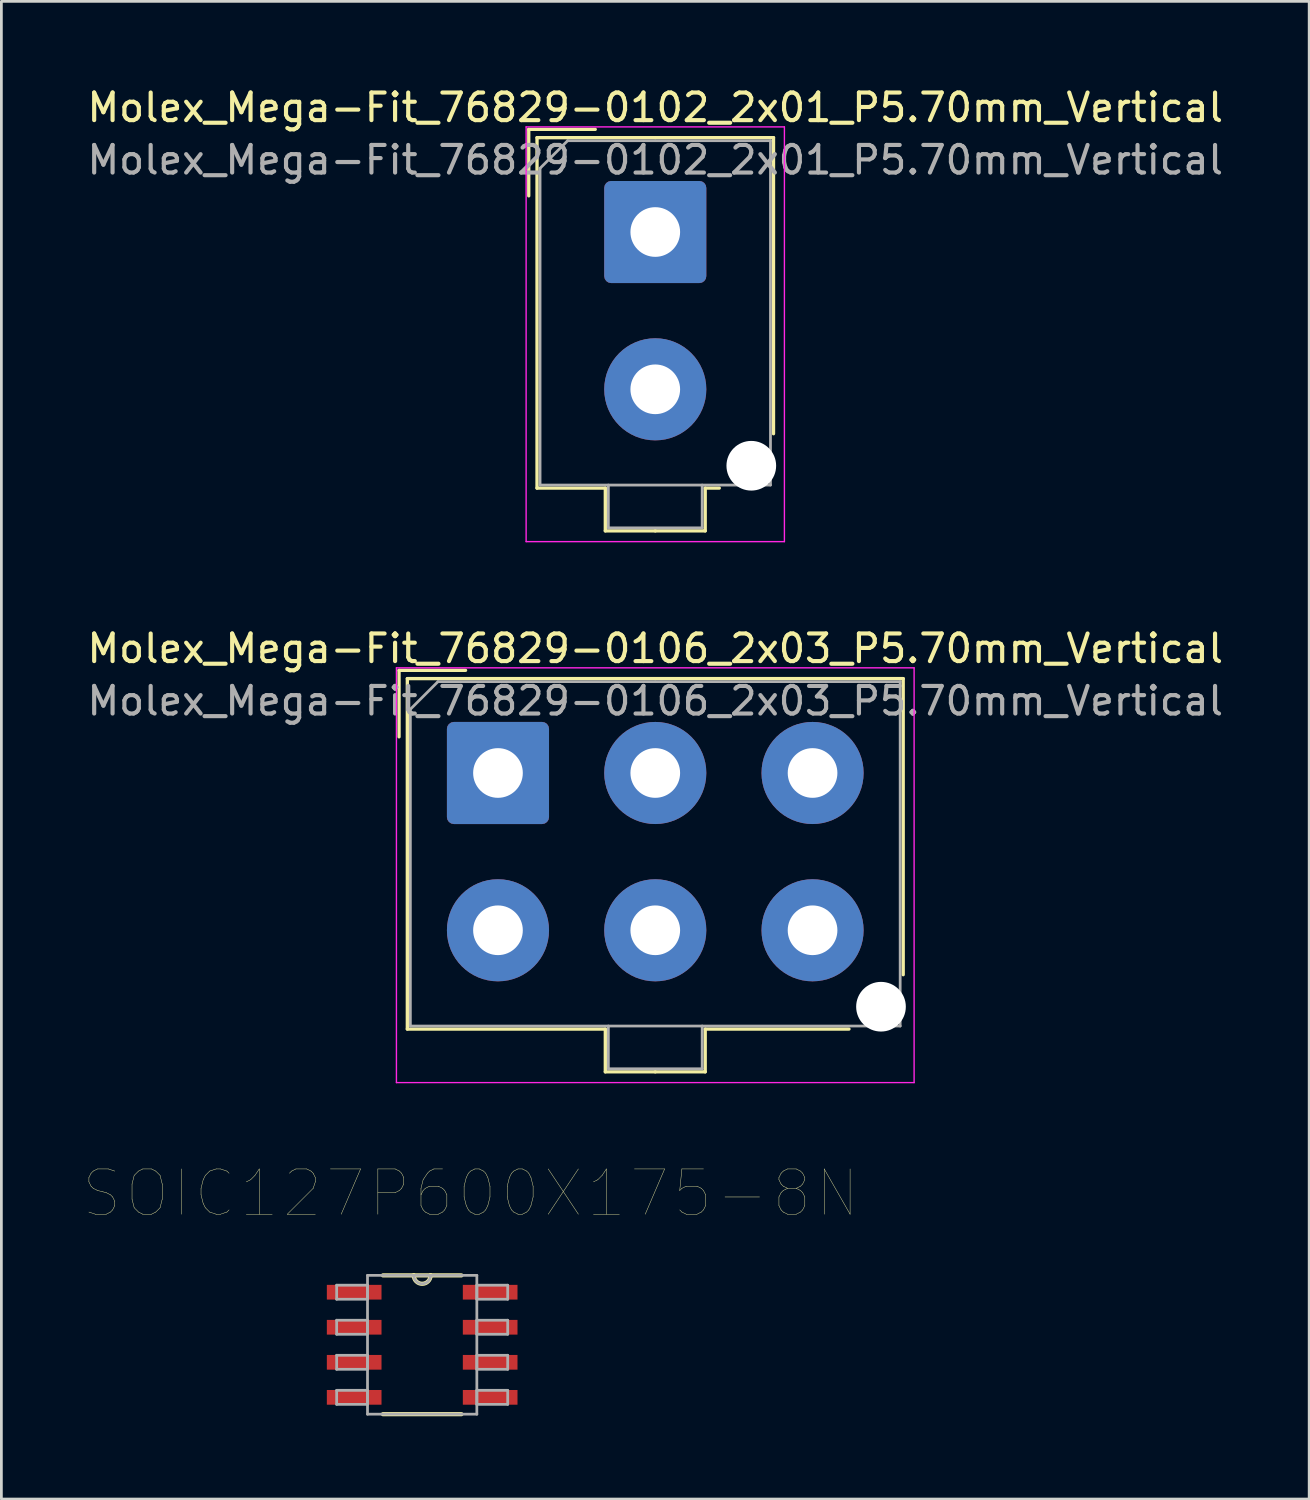
<source format=kicad_pcb>
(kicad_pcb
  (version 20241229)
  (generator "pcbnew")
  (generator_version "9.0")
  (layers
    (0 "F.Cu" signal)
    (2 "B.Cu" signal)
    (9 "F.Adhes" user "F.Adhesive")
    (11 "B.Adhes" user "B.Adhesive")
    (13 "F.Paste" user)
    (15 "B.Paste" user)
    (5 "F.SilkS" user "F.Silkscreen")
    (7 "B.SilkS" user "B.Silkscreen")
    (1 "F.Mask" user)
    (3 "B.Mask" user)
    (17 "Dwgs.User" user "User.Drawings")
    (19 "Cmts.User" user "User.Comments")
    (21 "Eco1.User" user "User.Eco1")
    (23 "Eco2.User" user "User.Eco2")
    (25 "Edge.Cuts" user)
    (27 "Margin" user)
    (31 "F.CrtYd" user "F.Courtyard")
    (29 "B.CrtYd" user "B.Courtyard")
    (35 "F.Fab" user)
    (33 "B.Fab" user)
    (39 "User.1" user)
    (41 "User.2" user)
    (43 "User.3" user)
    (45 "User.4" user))
  (footprint "Molex_Mega-Fit_76829-0106_2x03_P5.70mm_Vertical"
    (layer "F.Cu")
    (at 14.996 24.962)
    (property "Reference" "Molex_Mega-Fit_76829-0106_2x03_P5.70mm_Vertical" (at 5.7 -4.51 0) (layer "F.SilkS") (effects (font (size 1 1) (thickness 0.15))))
    (attr through_hole)
    (fp_line (start -3.585 -3.72) (end -1.175 -3.72) (stroke (width 0.12) (type solid)) (layer "F.SilkS"))
    (fp_line (start -3.585 -1.31) (end -3.585 -3.72) (stroke (width 0.12) (type solid)) (layer "F.SilkS"))
    (fp_line (start -3.285 -3.42) (end -3.285 9.28) (stroke (width 0.12) (type solid)) (layer "F.SilkS"))
    (fp_line (start -3.285 9.28) (end 3.89 9.28) (stroke (width 0.12) (type solid)) (layer "F.SilkS"))
    (fp_line (start 3.89 9.28) (end 3.89 10.83) (stroke (width 0.12) (type solid)) (layer "F.SilkS"))
    (fp_line (start 3.89 10.83) (end 5.7 10.83) (stroke (width 0.12) (type solid)) (layer "F.SilkS"))
    (fp_line (start 5.7 -3.42) (end -3.285 -3.42) (stroke (width 0.12) (type solid)) (layer "F.SilkS"))
    (fp_line (start 5.7 -3.42) (end 14.685 -3.42) (stroke (width 0.12) (type solid)) (layer "F.SilkS"))
    (fp_line (start 7.51 9.28) (end 7.51 10.83) (stroke (width 0.12) (type solid)) (layer "F.SilkS"))
    (fp_line (start 7.51 10.83) (end 5.7 10.83) (stroke (width 0.12) (type solid)) (layer "F.SilkS"))
    (fp_line (start 12.72 9.28) (end 7.51 9.28) (stroke (width 0.12) (type solid)) (layer "F.SilkS"))
    (fp_line (start 14.685 -3.42) (end 14.685 7.31) (stroke (width 0.12) (type solid)) (layer "F.SilkS"))
    (fp_line (start -3.68 -3.81) (end -3.68 11.22) (stroke (width 0.05) (type solid)) (layer "F.CrtYd"))
    (fp_line (start -3.68 11.22) (end 15.08 11.22) (stroke (width 0.05) (type solid)) (layer "F.CrtYd"))
    (fp_line (start 15.08 -3.81) (end -3.68 -3.81) (stroke (width 0.05) (type solid)) (layer "F.CrtYd"))
    (fp_line (start 15.08 11.22) (end 15.08 -3.81) (stroke (width 0.05) (type solid)) (layer "F.CrtYd"))
    (fp_line (start -3.175 -2.31) (end -3.175 9.17) (stroke (width 0.1) (type solid)) (layer "F.Fab"))
    (fp_line (start -3.175 9.17) (end 14.575 9.17) (stroke (width 0.1) (type solid)) (layer "F.Fab"))
    (fp_line (start -2.175 -3.31) (end -3.175 -2.31) (stroke (width 0.1) (type solid)) (layer "F.Fab"))
    (fp_line (start 4 9.17) (end 4 10.72) (stroke (width 0.1) (type solid)) (layer "F.Fab"))
    (fp_line (start 4 10.72) (end 7.4 10.72) (stroke (width 0.1) (type solid)) (layer "F.Fab"))
    (fp_line (start 7.4 10.72) (end 7.4 9.17) (stroke (width 0.1) (type solid)) (layer "F.Fab"))
    (fp_line (start 14.575 -3.31) (end -2.175 -3.31) (stroke (width 0.1) (type solid)) (layer "F.Fab"))
    (fp_line (start 14.575 9.17) (end 14.575 -3.31) (stroke (width 0.1) (type solid)) (layer "F.Fab"))
    (fp_text user "${REFERENCE}" (at 5.7 -2.61 0) (layer "F.Fab") (effects (font (size 1 1) (thickness 0.15))))
    (pad "" np_thru_hole circle (at 13.88 8.47) (size 1.8 1.8) (drill 1.8) (layers "*.Cu" "*.Mask"))
    (pad "1" thru_hole roundrect (at 0 0) (size 3.7 3.7) (drill 1.8) (layers "*.Cu" "*.Mask") (roundrect_rratio 0.068))
    (pad "2" thru_hole circle (at 5.7 0) (size 3.7 3.7) (drill 1.8) (layers "*.Cu" "*.Mask"))
    (pad "3" thru_hole circle (at 11.4 0) (size 3.7 3.7) (drill 1.8) (layers "*.Cu" "*.Mask"))
    (pad "4" thru_hole circle (at 0 5.7) (size 3.7 3.7) (drill 1.8) (layers "*.Cu" "*.Mask"))
    (pad "5" thru_hole circle (at 5.7 5.7) (size 3.7 3.7) (drill 1.8) (layers "*.Cu" "*.Mask"))
    (pad "6" thru_hole circle (at 11.4 5.7) (size 3.7 3.7) (drill 1.8) (layers "*.Cu" "*.Mask")))
  (footprint "Molex_Mega-Fit_76829-0102_2x01_P5.70mm_Vertical"
    (layer "F.Cu")
    (at 20.696 5.358)
    (property "Reference" "Molex_Mega-Fit_76829-0102_2x01_P5.70mm_Vertical" (at 0 -4.51 0) (layer "F.SilkS") (effects (font (size 1 1) (thickness 0.15))))
    (attr through_hole)
    (fp_line (start -4.585 -3.72) (end -2.175 -3.72) (stroke (width 0.12) (type solid)) (layer "F.SilkS"))
    (fp_line (start -4.585 -1.31) (end -4.585 -3.72) (stroke (width 0.12) (type solid)) (layer "F.SilkS"))
    (fp_line (start -4.285 -3.42) (end -4.285 9.28) (stroke (width 0.12) (type solid)) (layer "F.SilkS"))
    (fp_line (start -4.285 9.28) (end -1.81 9.28) (stroke (width 0.12) (type solid)) (layer "F.SilkS"))
    (fp_line (start -1.81 9.28) (end -1.81 10.83) (stroke (width 0.12) (type solid)) (layer "F.SilkS"))
    (fp_line (start -1.81 10.83) (end 0 10.83) (stroke (width 0.12) (type solid)) (layer "F.SilkS"))
    (fp_line (start 0 -3.42) (end -4.285 -3.42) (stroke (width 0.12) (type solid)) (layer "F.SilkS"))
    (fp_line (start 0 -3.42) (end 4.285 -3.42) (stroke (width 0.12) (type solid)) (layer "F.SilkS"))
    (fp_line (start 1.81 9.28) (end 1.81 10.83) (stroke (width 0.12) (type solid)) (layer "F.SilkS"))
    (fp_line (start 1.81 10.83) (end 0 10.83) (stroke (width 0.12) (type solid)) (layer "F.SilkS"))
    (fp_line (start 2.32 9.28) (end 1.81 9.28) (stroke (width 0.12) (type solid)) (layer "F.SilkS"))
    (fp_line (start 4.285 -3.42) (end 4.285 7.31) (stroke (width 0.12) (type solid)) (layer "F.SilkS"))
    (fp_line (start -4.68 -3.81) (end -4.68 11.22) (stroke (width 0.05) (type solid)) (layer "F.CrtYd"))
    (fp_line (start -4.68 11.22) (end 4.68 11.22) (stroke (width 0.05) (type solid)) (layer "F.CrtYd"))
    (fp_line (start 4.68 -3.81) (end -4.68 -3.81) (stroke (width 0.05) (type solid)) (layer "F.CrtYd"))
    (fp_line (start 4.68 11.22) (end 4.68 -3.81) (stroke (width 0.05) (type solid)) (layer "F.CrtYd"))
    (fp_line (start -4.175 -2.31) (end -4.175 9.17) (stroke (width 0.1) (type solid)) (layer "F.Fab"))
    (fp_line (start -4.175 9.17) (end 4.175 9.17) (stroke (width 0.1) (type solid)) (layer "F.Fab"))
    (fp_line (start -3.175 -3.31) (end -4.175 -2.31) (stroke (width 0.1) (type solid)) (layer "F.Fab"))
    (fp_line (start -1.7 9.17) (end -1.7 10.72) (stroke (width 0.1) (type solid)) (layer "F.Fab"))
    (fp_line (start -1.7 10.72) (end 1.7 10.72) (stroke (width 0.1) (type solid)) (layer "F.Fab"))
    (fp_line (start 1.7 10.72) (end 1.7 9.17) (stroke (width 0.1) (type solid)) (layer "F.Fab"))
    (fp_line (start 4.175 -3.31) (end -3.175 -3.31) (stroke (width 0.1) (type solid)) (layer "F.Fab"))
    (fp_line (start 4.175 9.17) (end 4.175 -3.31) (stroke (width 0.1) (type solid)) (layer "F.Fab"))
    (fp_text user "${REFERENCE}" (at 0 -2.61 0) (layer "F.Fab") (effects (font (size 1 1) (thickness 0.15))))
    (pad "" np_thru_hole circle (at 3.48 8.47) (size 1.8 1.8) (drill 1.8) (layers "*.Cu" "*.Mask"))
    (pad "1" thru_hole roundrect (at 0 0) (size 3.7 3.7) (drill 1.8) (layers "*.Cu" "*.Mask") (roundrect_rratio 0.068))
    (pad "2" thru_hole circle (at 0 5.7) (size 3.7 3.7) (drill 1.8) (layers "*.Cu" "*.Mask")))
  (footprint "SOIC127P600X175-8N"
    (layer "F.Cu")
    (at 12.249 45.683)
    (property "Reference" "SOIC127P600X175-8N" (at 1.754 -5.49 0) (layer "F.SilkS") (effects (font (size 1.641 1.641) (thickness 0.015))))
    (attr through_hole)
    (fp_line (start -1.422 2.515) (end 1.422 2.515) (stroke (width 0.152) (type solid)) (layer "F.SilkS"))
    (fp_line (start -0.305 -2.515) (end -1.422 -2.515) (stroke (width 0.152) (type solid)) (layer "F.SilkS"))
    (fp_line (start 0.305 -2.515) (end -0.305 -2.515) (stroke (width 0.152) (type solid)) (layer "F.SilkS"))
    (fp_line (start 1.422 -2.515) (end 0.305 -2.515) (stroke (width 0.152) (type solid)) (layer "F.SilkS"))
    (fp_arc (start 0.3048 -2.5146) (mid 0 -2.2098) (end -0.3048 -2.5146) (stroke (width 0.1524) (type solid)) (layer "F.SilkS"))
    (fp_line (start -3.099 -2.159) (end -3.099 -1.651) (stroke (width 0.1) (type solid)) (layer "F.Fab"))
    (fp_line (start -3.099 -1.651) (end -1.981 -1.651) (stroke (width 0.1) (type solid)) (layer "F.Fab"))
    (fp_line (start -3.099 -0.889) (end -3.099 -0.381) (stroke (width 0.1) (type solid)) (layer "F.Fab"))
    (fp_line (start -3.099 -0.381) (end -1.981 -0.381) (stroke (width 0.1) (type solid)) (layer "F.Fab"))
    (fp_line (start -3.099 0.381) (end -3.099 0.889) (stroke (width 0.1) (type solid)) (layer "F.Fab"))
    (fp_line (start -3.099 0.889) (end -1.981 0.889) (stroke (width 0.1) (type solid)) (layer "F.Fab"))
    (fp_line (start -3.099 1.651) (end -3.099 2.159) (stroke (width 0.1) (type solid)) (layer "F.Fab"))
    (fp_line (start -3.099 2.159) (end -1.981 2.159) (stroke (width 0.1) (type solid)) (layer "F.Fab"))
    (fp_line (start -1.981 -2.515) (end -1.981 2.515) (stroke (width 0.1) (type solid)) (layer "F.Fab"))
    (fp_line (start -1.981 -2.159) (end -3.099 -2.159) (stroke (width 0.1) (type solid)) (layer "F.Fab"))
    (fp_line (start -1.981 -1.651) (end -1.981 -2.159) (stroke (width 0.1) (type solid)) (layer "F.Fab"))
    (fp_line (start -1.981 -0.889) (end -3.099 -0.889) (stroke (width 0.1) (type solid)) (layer "F.Fab"))
    (fp_line (start -1.981 -0.381) (end -1.981 -0.889) (stroke (width 0.1) (type solid)) (layer "F.Fab"))
    (fp_line (start -1.981 0.381) (end -3.099 0.381) (stroke (width 0.1) (type solid)) (layer "F.Fab"))
    (fp_line (start -1.981 0.889) (end -1.981 0.381) (stroke (width 0.1) (type solid)) (layer "F.Fab"))
    (fp_line (start -1.981 1.651) (end -3.099 1.651) (stroke (width 0.1) (type solid)) (layer "F.Fab"))
    (fp_line (start -1.981 2.159) (end -1.981 1.651) (stroke (width 0.1) (type solid)) (layer "F.Fab"))
    (fp_line (start -1.981 2.515) (end 1.981 2.515) (stroke (width 0.1) (type solid)) (layer "F.Fab"))
    (fp_line (start -0.305 -2.515) (end -1.981 -2.515) (stroke (width 0.1) (type solid)) (layer "F.Fab"))
    (fp_line (start 0.305 -2.515) (end -0.305 -2.515) (stroke (width 0.1) (type solid)) (layer "F.Fab"))
    (fp_line (start 1.981 -2.515) (end 0.305 -2.515) (stroke (width 0.1) (type solid)) (layer "F.Fab"))
    (fp_line (start 1.981 -2.159) (end 1.981 -1.651) (stroke (width 0.1) (type solid)) (layer "F.Fab"))
    (fp_line (start 1.981 -1.651) (end 3.099 -1.651) (stroke (width 0.1) (type solid)) (layer "F.Fab"))
    (fp_line (start 1.981 -0.889) (end 1.981 -0.381) (stroke (width 0.1) (type solid)) (layer "F.Fab"))
    (fp_line (start 1.981 -0.381) (end 3.099 -0.381) (stroke (width 0.1) (type solid)) (layer "F.Fab"))
    (fp_line (start 1.981 0.381) (end 1.981 0.889) (stroke (width 0.1) (type solid)) (layer "F.Fab"))
    (fp_line (start 1.981 0.889) (end 3.099 0.889) (stroke (width 0.1) (type solid)) (layer "F.Fab"))
    (fp_line (start 1.981 1.651) (end 1.981 2.159) (stroke (width 0.1) (type solid)) (layer "F.Fab"))
    (fp_line (start 1.981 2.159) (end 3.099 2.159) (stroke (width 0.1) (type solid)) (layer "F.Fab"))
    (fp_line (start 1.981 2.515) (end 1.981 -2.515) (stroke (width 0.1) (type solid)) (layer "F.Fab"))
    (fp_line (start 3.099 -2.159) (end 1.981 -2.159) (stroke (width 0.1) (type solid)) (layer "F.Fab"))
    (fp_line (start 3.099 -1.651) (end 3.099 -2.159) (stroke (width 0.1) (type solid)) (layer "F.Fab"))
    (fp_line (start 3.099 -0.889) (end 1.981 -0.889) (stroke (width 0.1) (type solid)) (layer "F.Fab"))
    (fp_line (start 3.099 -0.381) (end 3.099 -0.889) (stroke (width 0.1) (type solid)) (layer "F.Fab"))
    (fp_line (start 3.099 0.381) (end 1.981 0.381) (stroke (width 0.1) (type solid)) (layer "F.Fab"))
    (fp_line (start 3.099 0.889) (end 3.099 0.381) (stroke (width 0.1) (type solid)) (layer "F.Fab"))
    (fp_line (start 3.099 1.651) (end 1.981 1.651) (stroke (width 0.1) (type solid)) (layer "F.Fab"))
    (fp_line (start 3.099 2.159) (end 3.099 1.651) (stroke (width 0.1) (type solid)) (layer "F.Fab"))
    (fp_arc (start 0.3048 -2.5146) (mid 0 -2.2098) (end -0.3048 -2.5146) (stroke (width 0.1) (type solid)) (layer "F.Fab"))
    (pad "1" smd rect (at -2.464 -1.905) (size 1.981 0.533) (layers "F.Cu" "F.Mask" "F.Paste"))
    (pad "2" smd rect (at -2.464 -0.635) (size 1.981 0.533) (layers "F.Cu" "F.Mask" "F.Paste"))
    (pad "3" smd rect (at -2.464 0.635) (size 1.981 0.533) (layers "F.Cu" "F.Mask" "F.Paste"))
    (pad "4" smd rect (at -2.464 1.905) (size 1.981 0.533) (layers "F.Cu" "F.Mask" "F.Paste"))
    (pad "5" smd rect (at 2.464 1.905) (size 1.981 0.533) (layers "F.Cu" "F.Mask" "F.Paste"))
    (pad "6" smd rect (at 2.464 0.635) (size 1.981 0.533) (layers "F.Cu" "F.Mask" "F.Paste"))
    (pad "7" smd rect (at 2.464 -0.635) (size 1.981 0.533) (layers "F.Cu" "F.Mask" "F.Paste"))
    (pad "8" smd rect (at 2.464 -1.905) (size 1.981 0.533) (layers "F.Cu" "F.Mask" "F.Paste")))
  (gr_rect
    (start -3 -3)
    (end 44.393 51.274)
    (stroke (width 0.1) (type default))
    (fill no)
    (layer "Edge.Cuts")))
</source>
